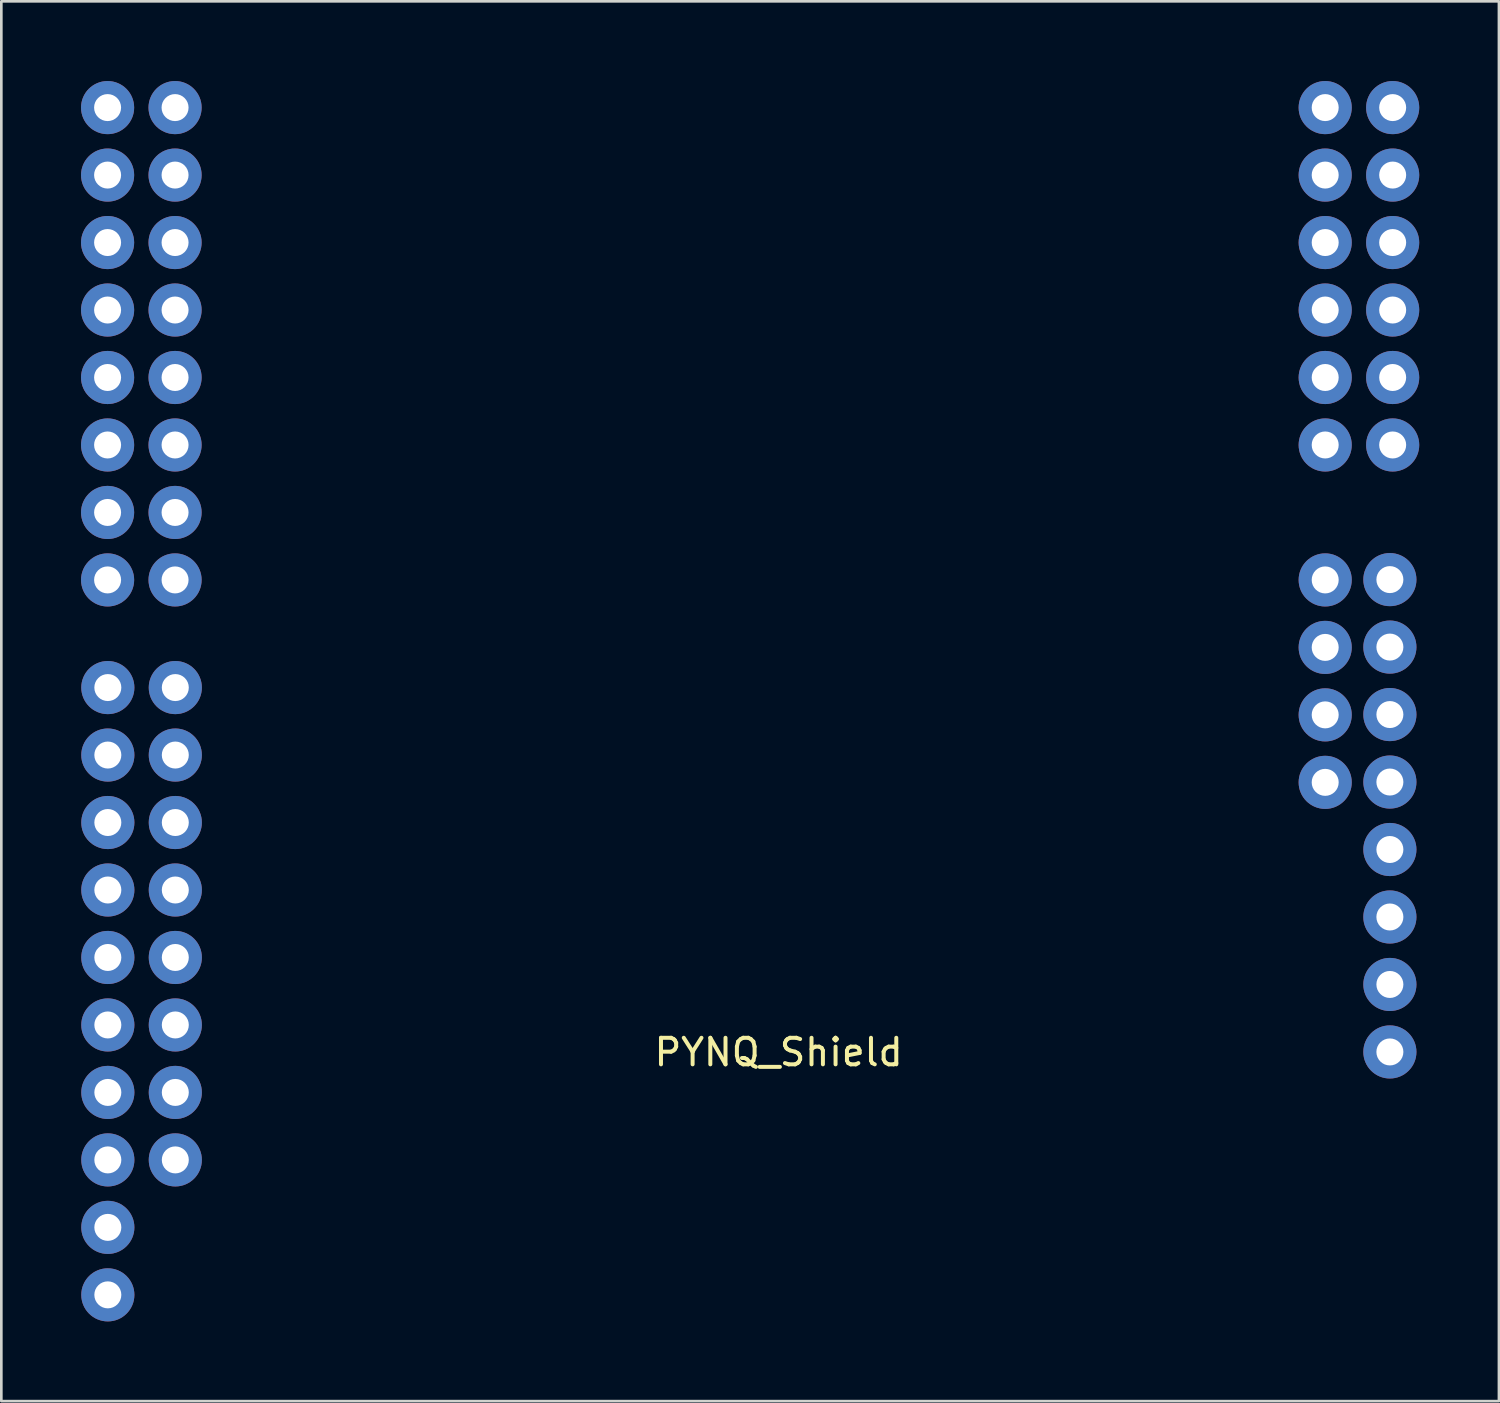
<source format=kicad_pcb>
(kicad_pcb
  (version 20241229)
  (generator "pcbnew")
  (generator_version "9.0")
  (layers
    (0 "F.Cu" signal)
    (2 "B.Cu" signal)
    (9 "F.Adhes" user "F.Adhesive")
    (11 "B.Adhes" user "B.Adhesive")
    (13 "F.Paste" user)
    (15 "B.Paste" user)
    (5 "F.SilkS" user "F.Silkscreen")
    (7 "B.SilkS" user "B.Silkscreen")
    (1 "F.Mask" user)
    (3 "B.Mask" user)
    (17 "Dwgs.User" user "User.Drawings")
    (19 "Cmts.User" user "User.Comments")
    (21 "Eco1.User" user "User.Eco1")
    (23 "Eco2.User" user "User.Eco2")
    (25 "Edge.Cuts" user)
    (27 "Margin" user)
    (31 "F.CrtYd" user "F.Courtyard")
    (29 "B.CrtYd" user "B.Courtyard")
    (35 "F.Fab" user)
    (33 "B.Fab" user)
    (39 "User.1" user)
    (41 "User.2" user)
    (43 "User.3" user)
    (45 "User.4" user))
  (footprint "PYNQ_Shield"
    (layer "F.Cu")
    (at 23.974 28.94)
    (property "Reference" "PYNQ_Shield" (at 2.286 7.62 0) (layer "F.SilkS") (effects (font (size 1 1) (thickness 0.15))))
    (attr through_hole)
    (pad "1" thru_hole circle (at 25.295 7.608 270) (size 2 2) (drill 1.016) (layers "*.Cu" "*.Mask"))
    (pad "2" thru_hole circle (at 25.295 5.068 270) (size 2 2) (drill 1.016) (layers "*.Cu" "*.Mask"))
    (pad "3" thru_hole circle (at 25.295 2.528 270) (size 2 2) (drill 1.016) (layers "*.Cu" "*.Mask"))
    (pad "4" thru_hole circle (at 25.295 -0.012 270) (size 2 2) (drill 1.016) (layers "*.Cu" "*.Mask"))
    (pad "5" thru_hole circle (at 25.295 -2.552 270) (size 2 2) (drill 1.016) (layers "*.Cu" "*.Mask"))
    (pad "6" thru_hole circle (at 25.295 -5.092 270) (size 2 2) (drill 1.016) (layers "*.Cu" "*.Mask"))
    (pad "7" thru_hole circle (at 25.295 -7.632 270) (size 2 2) (drill 1.016) (layers "*.Cu" "*.Mask"))
    (pad "8" thru_hole circle (at 25.295 -10.172 270) (size 2 2) (drill 1.016) (layers "*.Cu" "*.Mask"))
    (pad "9" thru_hole circle (at 22.86 -2.54 270) (size 2 2) (drill 1.016) (layers "*.Cu" "*.Mask"))
    (pad "10" thru_hole circle (at 22.86 -5.08 270) (size 2 2) (drill 1.016) (layers "*.Cu" "*.Mask"))
    (pad "11" thru_hole circle (at 22.86 -7.62 270) (size 2 2) (drill 1.016) (layers "*.Cu" "*.Mask"))
    (pad "12" thru_hole circle (at 22.86 -10.16 270) (size 2 2) (drill 1.016) (layers "*.Cu" "*.Mask"))
    (pad "13" thru_hole circle (at 25.4 -15.24 270) (size 2 2) (drill 1.016) (layers "*.Cu" "*.Mask"))
    (pad "14" thru_hole circle (at 25.4 -17.78 270) (size 2 2) (drill 1.016) (layers "*.Cu" "*.Mask"))
    (pad "15" thru_hole circle (at 25.4 -20.32 270) (size 2 2) (drill 1.016) (layers "*.Cu" "*.Mask"))
    (pad "16" thru_hole circle (at 25.4 -22.86 270) (size 2 2) (drill 1.016) (layers "*.Cu" "*.Mask"))
    (pad "17" thru_hole circle (at 25.4 -25.4 270) (size 2 2) (drill 1.016) (layers "*.Cu" "*.Mask"))
    (pad "18" thru_hole circle (at 25.4 -27.94 270) (size 2 2) (drill 1.016) (layers "*.Cu" "*.Mask"))
    (pad "19" thru_hole circle (at 22.86 -15.24 270) (size 2 2) (drill 1.016) (layers "*.Cu" "*.Mask"))
    (pad "20" thru_hole circle (at 22.86 -17.78 270) (size 2 2) (drill 1.016) (layers "*.Cu" "*.Mask"))
    (pad "21" thru_hole circle (at 22.86 -20.32 270) (size 2 2) (drill 1.016) (layers "*.Cu" "*.Mask"))
    (pad "22" thru_hole circle (at 22.86 -22.86 270) (size 2 2) (drill 1.016) (layers "*.Cu" "*.Mask"))
    (pad "23" thru_hole circle (at 22.86 -25.4 270) (size 2 2) (drill 1.016) (layers "*.Cu" "*.Mask"))
    (pad "24" thru_hole circle (at 22.86 -27.94 270) (size 2 2) (drill 1.016) (layers "*.Cu" "*.Mask"))
    (pad "25" thru_hole circle (at -22.965 16.752 270) (size 2 2) (drill 1.016) (layers "*.Cu" "*.Mask"))
    (pad "26" thru_hole circle (at -22.965 14.212 270) (size 2 2) (drill 1.016) (layers "*.Cu" "*.Mask"))
    (pad "27" thru_hole circle (at -22.965 11.672 270) (size 2 2) (drill 1.016) (layers "*.Cu" "*.Mask"))
    (pad "28" thru_hole circle (at -22.965 9.132 270) (size 2 2) (drill 1.016) (layers "*.Cu" "*.Mask"))
    (pad "29" thru_hole circle (at -22.965 6.592 270) (size 2 2) (drill 1.016) (layers "*.Cu" "*.Mask"))
    (pad "30" thru_hole circle (at -22.965 4.052 270) (size 2 2) (drill 1.016) (layers "*.Cu" "*.Mask"))
    (pad "31" thru_hole circle (at -22.965 1.512 270) (size 2 2) (drill 1.016) (layers "*.Cu" "*.Mask"))
    (pad "32" thru_hole circle (at -22.965 -1.028 270) (size 2 2) (drill 1.016) (layers "*.Cu" "*.Mask"))
    (pad "33" thru_hole circle (at -22.965 -3.568 270) (size 2 2) (drill 1.016) (layers "*.Cu" "*.Mask"))
    (pad "34" thru_hole circle (at -22.965 -6.108 270) (size 2 2) (drill 1.016) (layers "*.Cu" "*.Mask"))
    (pad "35" thru_hole circle (at -20.425 11.672 270) (size 2 2) (drill 1.016) (layers "*.Cu" "*.Mask"))
    (pad "36" thru_hole circle (at -20.425 9.132 270) (size 2 2) (drill 1.016) (layers "*.Cu" "*.Mask"))
    (pad "37" thru_hole circle (at -20.425 6.592 270) (size 2 2) (drill 1.016) (layers "*.Cu" "*.Mask"))
    (pad "38" thru_hole circle (at -20.425 4.052 270) (size 2 2) (drill 1.016) (layers "*.Cu" "*.Mask"))
    (pad "39" thru_hole circle (at -20.425 1.512 270) (size 2 2) (drill 1.016) (layers "*.Cu" "*.Mask"))
    (pad "40" thru_hole circle (at -20.425 -1.028 270) (size 2 2) (drill 1.016) (layers "*.Cu" "*.Mask"))
    (pad "41" thru_hole circle (at -20.425 -3.568 270) (size 2 2) (drill 1.016) (layers "*.Cu" "*.Mask"))
    (pad "42" thru_hole circle (at -20.425 -6.108 270) (size 2 2) (drill 1.016) (layers "*.Cu" "*.Mask"))
    (pad "43" thru_hole circle (at -22.974 -10.16 270) (size 2 2) (drill 1.016) (layers "*.Cu" "*.Mask"))
    (pad "44" thru_hole circle (at -22.974 -12.7 270) (size 2 2) (drill 1.016) (layers "*.Cu" "*.Mask"))
    (pad "45" thru_hole circle (at -22.974 -15.24 270) (size 2 2) (drill 1.016) (layers "*.Cu" "*.Mask"))
    (pad "46" thru_hole circle (at -22.974 -17.78 270) (size 2 2) (drill 1.016) (layers "*.Cu" "*.Mask"))
    (pad "47" thru_hole circle (at -22.974 -20.32 270) (size 2 2) (drill 1.016) (layers "*.Cu" "*.Mask"))
    (pad "48" thru_hole circle (at -22.974 -22.86 270) (size 2 2) (drill 1.016) (layers "*.Cu" "*.Mask"))
    (pad "49" thru_hole circle (at -22.974 -25.4 270) (size 2 2) (drill 1.016) (layers "*.Cu" "*.Mask"))
    (pad "50" thru_hole circle (at -22.974 -27.94 270) (size 2 2) (drill 1.016) (layers "*.Cu" "*.Mask"))
    (pad "51" thru_hole circle (at -20.434 -10.16 270) (size 2 2) (drill 1.016) (layers "*.Cu" "*.Mask"))
    (pad "52" thru_hole circle (at -20.434 -12.7 270) (size 2 2) (drill 1.016) (layers "*.Cu" "*.Mask"))
    (pad "53" thru_hole circle (at -20.434 -15.24 270) (size 2 2) (drill 1.016) (layers "*.Cu" "*.Mask"))
    (pad "54" thru_hole circle (at -20.434 -17.78 270) (size 2 2) (drill 1.016) (layers "*.Cu" "*.Mask"))
    (pad "55" thru_hole circle (at -20.434 -20.32 270) (size 2 2) (drill 1.016) (layers "*.Cu" "*.Mask"))
    (pad "56" thru_hole circle (at -20.434 -22.86 270) (size 2 2) (drill 1.016) (layers "*.Cu" "*.Mask"))
    (pad "57" thru_hole circle (at -20.434 -25.4 270) (size 2 2) (drill 1.016) (layers "*.Cu" "*.Mask"))
    (pad "58" thru_hole circle (at -20.434 -27.94 270) (size 2 2) (drill 1.016) (layers "*.Cu" "*.Mask")))
  (gr_rect
    (start -3 -3)
    (end 53.374 49.692)
    (stroke (width 0.1) (type default))
    (fill no)
    (layer "Edge.Cuts")))
</source>
